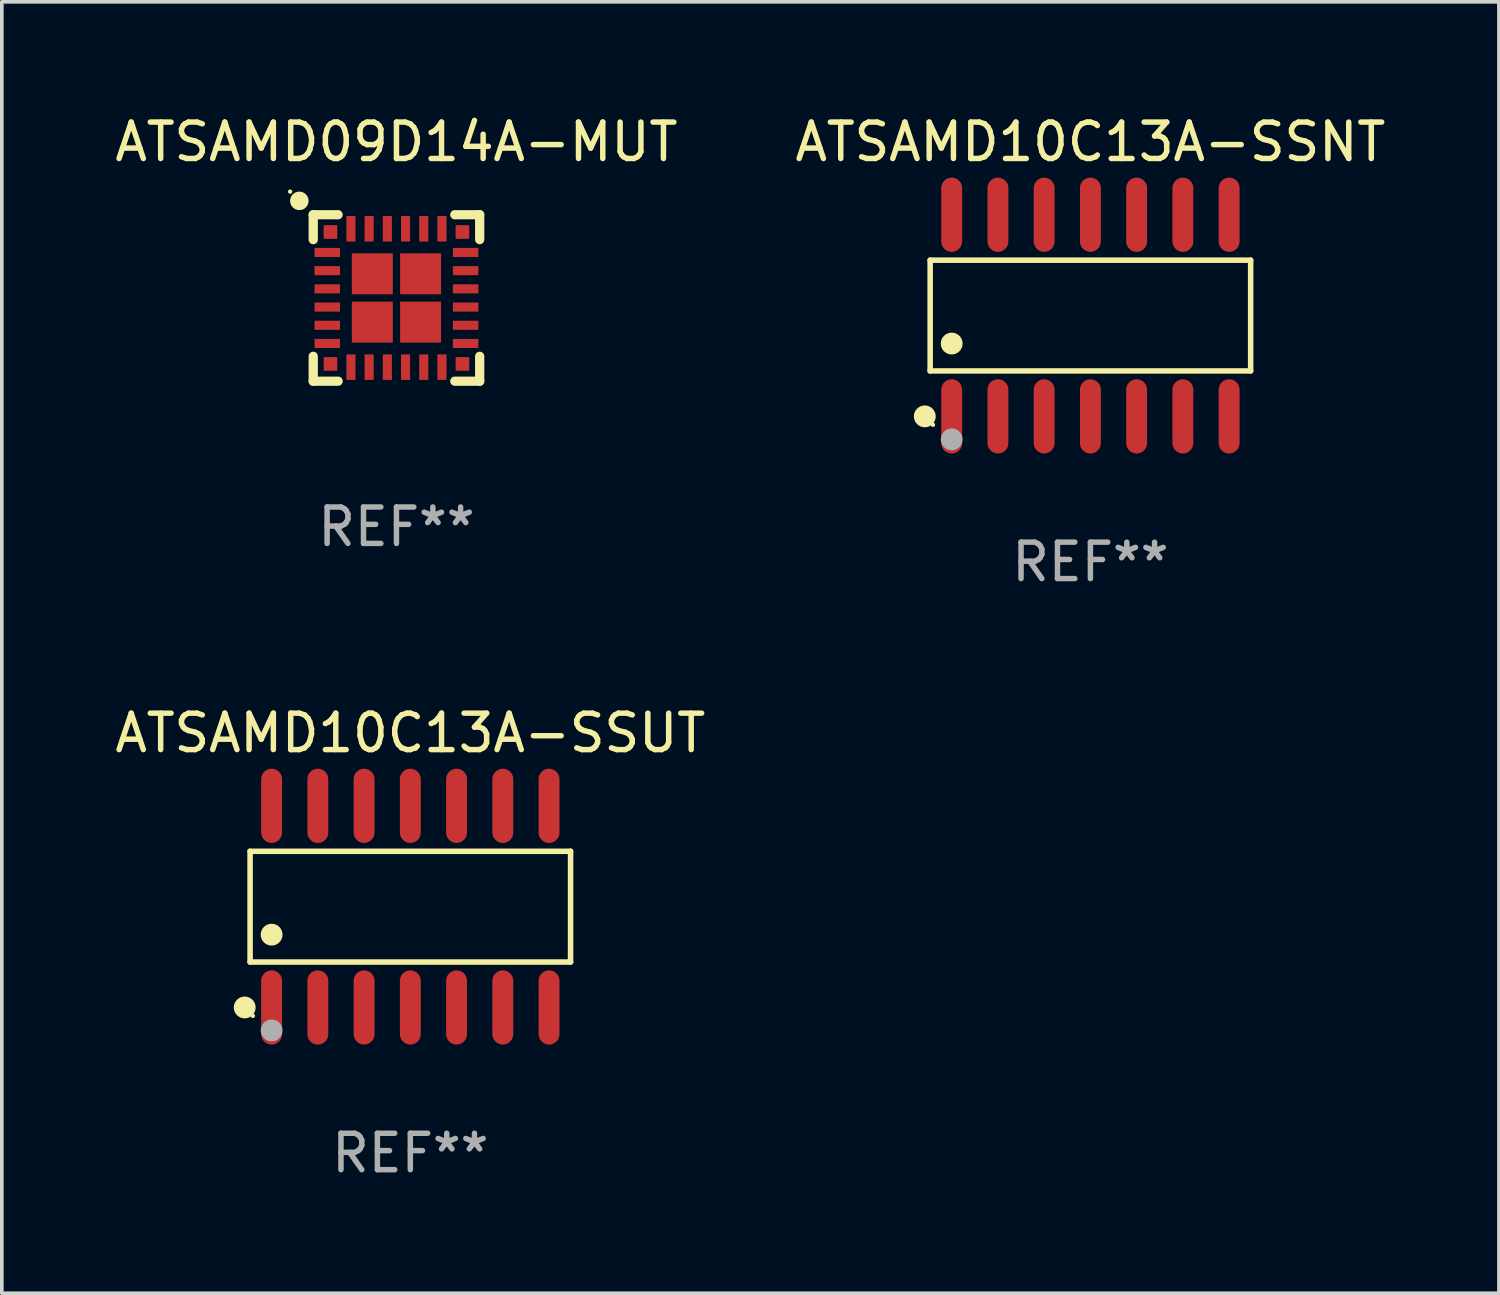
<source format=kicad_pcb>
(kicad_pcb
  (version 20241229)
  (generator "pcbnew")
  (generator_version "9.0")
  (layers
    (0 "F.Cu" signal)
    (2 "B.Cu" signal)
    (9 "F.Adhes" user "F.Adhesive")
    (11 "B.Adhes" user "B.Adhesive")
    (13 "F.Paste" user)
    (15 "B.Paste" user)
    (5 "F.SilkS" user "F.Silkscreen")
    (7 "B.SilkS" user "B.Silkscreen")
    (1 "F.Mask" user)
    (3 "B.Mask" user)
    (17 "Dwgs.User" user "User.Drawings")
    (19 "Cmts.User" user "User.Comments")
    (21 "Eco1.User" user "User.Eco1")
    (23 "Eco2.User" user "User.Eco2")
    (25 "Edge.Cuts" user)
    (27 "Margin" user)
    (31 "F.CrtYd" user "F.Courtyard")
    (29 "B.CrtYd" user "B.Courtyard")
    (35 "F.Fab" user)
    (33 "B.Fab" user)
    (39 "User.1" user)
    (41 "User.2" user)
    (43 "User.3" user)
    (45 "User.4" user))
  (footprint "ATSAMD10C13A-SSUT"
    (layer "F.Cu")
    (at 8.22 21.852)
    (property "Reference" "ATSAMD10C13A-SSUT" (at 0 -4.769 0) (layer "F.SilkS") (effects (font (size 1 1) (thickness 0.15))))
    (attr through_hole)
    (fp_line (start -4.401 -1.521) (end 4.401 -1.521) (stroke (width 0.152) (type solid)) (layer "F.SilkS"))
    (fp_line (start -4.401 1.521) (end -4.401 -1.521) (stroke (width 0.152) (type solid)) (layer "F.SilkS"))
    (fp_line (start 4.401 -1.521) (end 4.401 1.521) (stroke (width 0.152) (type solid)) (layer "F.SilkS"))
    (fp_line (start 4.401 1.521) (end -4.401 1.521) (stroke (width 0.152) (type solid)) (layer "F.SilkS"))
    (fp_circle (center -4.549 2.769) (end -4.399 2.769) (stroke (width 0.3) (type solid)) (fill no) (layer "F.SilkS"))
    (fp_circle (center -4.325 3) (end -4.295 3) (stroke (width 0.06) (type solid)) (fill no) (layer "F.SilkS"))
    (fp_circle (center -3.81 0.769) (end -3.66 0.769) (stroke (width 0.3) (type solid)) (fill no) (layer "F.SilkS"))
    (fp_circle (center -3.81 3.4) (end -3.66 3.4) (stroke (width 0.3) (type solid)) (fill no) (layer "F.Fab"))
    (fp_text user "REF**" (at 0 6.769 0) (layer "F.Fab") (effects (font (size 1 1) (thickness 0.15))))
    (pad "1" smd oval (at -3.81 2.769) (size 0.574 2.038) (layers "F.Cu" "F.Mask" "F.Paste"))
    (pad "2" smd oval (at -2.54 2.769) (size 0.574 2.038) (layers "F.Cu" "F.Mask" "F.Paste"))
    (pad "3" smd oval (at -1.27 2.769) (size 0.574 2.038) (layers "F.Cu" "F.Mask" "F.Paste"))
    (pad "4" smd oval (at 0 2.769) (size 0.574 2.038) (layers "F.Cu" "F.Mask" "F.Paste"))
    (pad "5" smd oval (at 1.27 2.769) (size 0.574 2.038) (layers "F.Cu" "F.Mask" "F.Paste"))
    (pad "6" smd oval (at 2.54 2.769) (size 0.574 2.038) (layers "F.Cu" "F.Mask" "F.Paste"))
    (pad "7" smd oval (at 3.81 2.769) (size 0.574 2.038) (layers "F.Cu" "F.Mask" "F.Paste"))
    (pad "8" smd oval (at 3.81 -2.769) (size 0.574 2.038) (layers "F.Cu" "F.Mask" "F.Paste"))
    (pad "9" smd oval (at 2.54 -2.769) (size 0.574 2.038) (layers "F.Cu" "F.Mask" "F.Paste"))
    (pad "10" smd oval (at 1.27 -2.769) (size 0.574 2.038) (layers "F.Cu" "F.Mask" "F.Paste"))
    (pad "11" smd oval (at 0 -2.769) (size 0.574 2.038) (layers "F.Cu" "F.Mask" "F.Paste"))
    (pad "12" smd oval (at -1.27 -2.769) (size 0.574 2.038) (layers "F.Cu" "F.Mask" "F.Paste"))
    (pad "13" smd oval (at -2.54 -2.769) (size 0.574 2.038) (layers "F.Cu" "F.Mask" "F.Paste"))
    (pad "14" smd oval (at -3.81 -2.769) (size 0.574 2.038) (layers "F.Cu" "F.Mask" "F.Paste")))
  (footprint "ATSAMD09D14A-MUT"
    (layer "F.Cu")
    (at 7.839 5.134)
    (property "Reference" "ATSAMD09D14A-MUT" (at 0 -4.286 0) (layer "F.SilkS") (effects (font (size 1 1) (thickness 0.15))))
    (attr through_hole)
    (fp_line (start -2.286 -2.286) (end -1.603 -2.286) (stroke (width 0.254) (type solid)) (layer "F.SilkS"))
    (fp_line (start -2.286 -1.603) (end -2.286 -2.286) (stroke (width 0.254) (type solid)) (layer "F.SilkS"))
    (fp_line (start -2.286 2.286) (end -2.286 1.603) (stroke (width 0.254) (type solid)) (layer "F.SilkS"))
    (fp_line (start -1.603 2.286) (end -2.286 2.286) (stroke (width 0.254) (type solid)) (layer "F.SilkS"))
    (fp_line (start 1.603 -2.286) (end 2.286 -2.286) (stroke (width 0.254) (type solid)) (layer "F.SilkS"))
    (fp_line (start 2.286 -2.286) (end 2.286 -1.603) (stroke (width 0.254) (type solid)) (layer "F.SilkS"))
    (fp_line (start 2.286 1.603) (end 2.286 2.286) (stroke (width 0.254) (type solid)) (layer "F.SilkS"))
    (fp_line (start 2.286 2.286) (end 1.603 2.286) (stroke (width 0.254) (type solid)) (layer "F.SilkS"))
    (fp_circle (center -2.921 -2.921) (end -2.891 -2.921) (stroke (width 0.06) (type solid)) (fill no) (layer "F.SilkS"))
    (fp_circle (center -2.667 -2.667) (end -2.54 -2.667) (stroke (width 0.254) (type solid)) (fill no) (layer "F.SilkS"))
    (fp_text user "REF**" (at 0 6.286 0) (layer "F.Fab") (effects (font (size 1 1) (thickness 0.15))))
    (pad "1" smd rect (at -1.9 -1.25) (size 0.7 0.25) (layers "F.Cu" "F.Mask" "F.Paste"))
    (pad "2" smd rect (at -1.9 -0.75) (size 0.7 0.25) (layers "F.Cu" "F.Mask" "F.Paste"))
    (pad "3" smd rect (at -1.9 -0.25) (size 0.7 0.25) (layers "F.Cu" "F.Mask" "F.Paste"))
    (pad "4" smd rect (at -1.9 0.25) (size 0.7 0.25) (layers "F.Cu" "F.Mask" "F.Paste"))
    (pad "5" smd rect (at -1.9 0.75) (size 0.7 0.25) (layers "F.Cu" "F.Mask" "F.Paste"))
    (pad "6" smd rect (at -1.9 1.25) (size 0.7 0.25) (layers "F.Cu" "F.Mask" "F.Paste"))
    (pad "7" smd rect (at -1.25 1.9 90) (size 0.7 0.25) (layers "F.Cu" "F.Mask" "F.Paste"))
    (pad "8" smd rect (at -0.75 1.9 90) (size 0.7 0.25) (layers "F.Cu" "F.Mask" "F.Paste"))
    (pad "9" smd rect (at -0.25 1.9 90) (size 0.7 0.25) (layers "F.Cu" "F.Mask" "F.Paste"))
    (pad "10" smd rect (at 0.25 1.9 90) (size 0.7 0.25) (layers "F.Cu" "F.Mask" "F.Paste"))
    (pad "11" smd rect (at 0.75 1.9 90) (size 0.7 0.25) (layers "F.Cu" "F.Mask" "F.Paste"))
    (pad "12" smd rect (at 1.25 1.9 90) (size 0.7 0.25) (layers "F.Cu" "F.Mask" "F.Paste"))
    (pad "13" smd rect (at 1.9 1.25 180) (size 0.7 0.25) (layers "F.Cu" "F.Mask" "F.Paste"))
    (pad "14" smd rect (at 1.9 0.75 180) (size 0.7 0.25) (layers "F.Cu" "F.Mask" "F.Paste"))
    (pad "15" smd rect (at 1.9 0.25 180) (size 0.7 0.25) (layers "F.Cu" "F.Mask" "F.Paste"))
    (pad "16" smd rect (at 1.9 -0.25 180) (size 0.7 0.25) (layers "F.Cu" "F.Mask" "F.Paste"))
    (pad "17" smd rect (at 1.9 -0.75 180) (size 0.7 0.25) (layers "F.Cu" "F.Mask" "F.Paste"))
    (pad "18" smd rect (at 1.9 -1.25 180) (size 0.7 0.25) (layers "F.Cu" "F.Mask" "F.Paste"))
    (pad "19" smd rect (at 1.25 -1.9 270) (size 0.7 0.25) (layers "F.Cu" "F.Mask" "F.Paste"))
    (pad "20" smd rect (at 0.75 -1.9 270) (size 0.7 0.25) (layers "F.Cu" "F.Mask" "F.Paste"))
    (pad "21" smd rect (at 0.25 -1.9 270) (size 0.7 0.25) (layers "F.Cu" "F.Mask" "F.Paste"))
    (pad "22" smd rect (at -0.25 -1.9 270) (size 0.7 0.25) (layers "F.Cu" "F.Mask" "F.Paste"))
    (pad "23" smd rect (at -0.75 -1.9 270) (size 0.7 0.25) (layers "F.Cu" "F.Mask" "F.Paste"))
    (pad "24" smd rect (at -1.25 -1.9 270) (size 0.7 0.25) (layers "F.Cu" "F.Mask" "F.Paste"))
    (pad "25" smd rect (at -1.812 -1.812 90) (size 0.375 0.375) (layers "F.Cu" "F.Mask" "F.Paste"))
    (pad "25" smd rect (at -1.812 1.812 90) (size 0.375 0.375) (layers "F.Cu" "F.Mask" "F.Paste"))
    (pad "25" smd rect (at -0.663 -0.663 270) (size 1.125 1.125) (layers "F.Cu" "F.Mask" "F.Paste"))
    (pad "25" smd rect (at -0.663 0.663 270) (size 1.125 1.125) (layers "F.Cu" "F.Mask" "F.Paste"))
    (pad "25" smd rect (at 0.663 -0.663 270) (size 1.125 1.125) (layers "F.Cu" "F.Mask" "F.Paste"))
    (pad "25" smd rect (at 0.663 0.663 270) (size 1.125 1.125) (layers "F.Cu" "F.Mask" "F.Paste"))
    (pad "25" smd rect (at 1.812 1.812 90) (size 0.375 0.375) (layers "F.Cu" "F.Mask" "F.Paste"))
    (pad "25" smd rect (at 1.812 -1.812 90) (size 0.375 0.375) (layers "F.Cu" "F.Mask" "F.Paste")))
  (footprint "ATSAMD10C13A-SSNT"
    (layer "F.Cu")
    (at 26.899 5.617)
    (property "Reference" "ATSAMD10C13A-SSNT" (at 0 -4.769 0) (layer "F.SilkS") (effects (font (size 1 1) (thickness 0.15))))
    (attr through_hole)
    (fp_line (start -4.401 -1.521) (end 4.401 -1.521) (stroke (width 0.152) (type solid)) (layer "F.SilkS"))
    (fp_line (start -4.401 1.521) (end -4.401 -1.521) (stroke (width 0.152) (type solid)) (layer "F.SilkS"))
    (fp_line (start 4.401 -1.521) (end 4.401 1.521) (stroke (width 0.152) (type solid)) (layer "F.SilkS"))
    (fp_line (start 4.401 1.521) (end -4.401 1.521) (stroke (width 0.152) (type solid)) (layer "F.SilkS"))
    (fp_circle (center -4.549 2.769) (end -4.399 2.769) (stroke (width 0.3) (type solid)) (fill no) (layer "F.SilkS"))
    (fp_circle (center -4.325 3) (end -4.295 3) (stroke (width 0.06) (type solid)) (fill no) (layer "F.SilkS"))
    (fp_circle (center -3.81 0.769) (end -3.66 0.769) (stroke (width 0.3) (type solid)) (fill no) (layer "F.SilkS"))
    (fp_circle (center -3.81 3.4) (end -3.66 3.4) (stroke (width 0.3) (type solid)) (fill no) (layer "F.Fab"))
    (fp_text user "REF**" (at 0 6.769 0) (layer "F.Fab") (effects (font (size 1 1) (thickness 0.15))))
    (pad "1" smd oval (at -3.81 2.769) (size 0.574 2.038) (layers "F.Cu" "F.Mask" "F.Paste"))
    (pad "2" smd oval (at -2.54 2.769) (size 0.574 2.038) (layers "F.Cu" "F.Mask" "F.Paste"))
    (pad "3" smd oval (at -1.27 2.769) (size 0.574 2.038) (layers "F.Cu" "F.Mask" "F.Paste"))
    (pad "4" smd oval (at 0 2.769) (size 0.574 2.038) (layers "F.Cu" "F.Mask" "F.Paste"))
    (pad "5" smd oval (at 1.27 2.769) (size 0.574 2.038) (layers "F.Cu" "F.Mask" "F.Paste"))
    (pad "6" smd oval (at 2.54 2.769) (size 0.574 2.038) (layers "F.Cu" "F.Mask" "F.Paste"))
    (pad "7" smd oval (at 3.81 2.769) (size 0.574 2.038) (layers "F.Cu" "F.Mask" "F.Paste"))
    (pad "8" smd oval (at 3.81 -2.769) (size 0.574 2.038) (layers "F.Cu" "F.Mask" "F.Paste"))
    (pad "9" smd oval (at 2.54 -2.769) (size 0.574 2.038) (layers "F.Cu" "F.Mask" "F.Paste"))
    (pad "10" smd oval (at 1.27 -2.769) (size 0.574 2.038) (layers "F.Cu" "F.Mask" "F.Paste"))
    (pad "11" smd oval (at 0 -2.769) (size 0.574 2.038) (layers "F.Cu" "F.Mask" "F.Paste"))
    (pad "12" smd oval (at -1.27 -2.769) (size 0.574 2.038) (layers "F.Cu" "F.Mask" "F.Paste"))
    (pad "13" smd oval (at -2.54 -2.769) (size 0.574 2.038) (layers "F.Cu" "F.Mask" "F.Paste"))
    (pad "14" smd oval (at -3.81 -2.769) (size 0.574 2.038) (layers "F.Cu" "F.Mask" "F.Paste")))
  (gr_rect
    (start -3 -3)
    (end 38.119 32.469)
    (stroke (width 0.1) (type default))
    (fill no)
    (layer "Edge.Cuts")))
</source>
